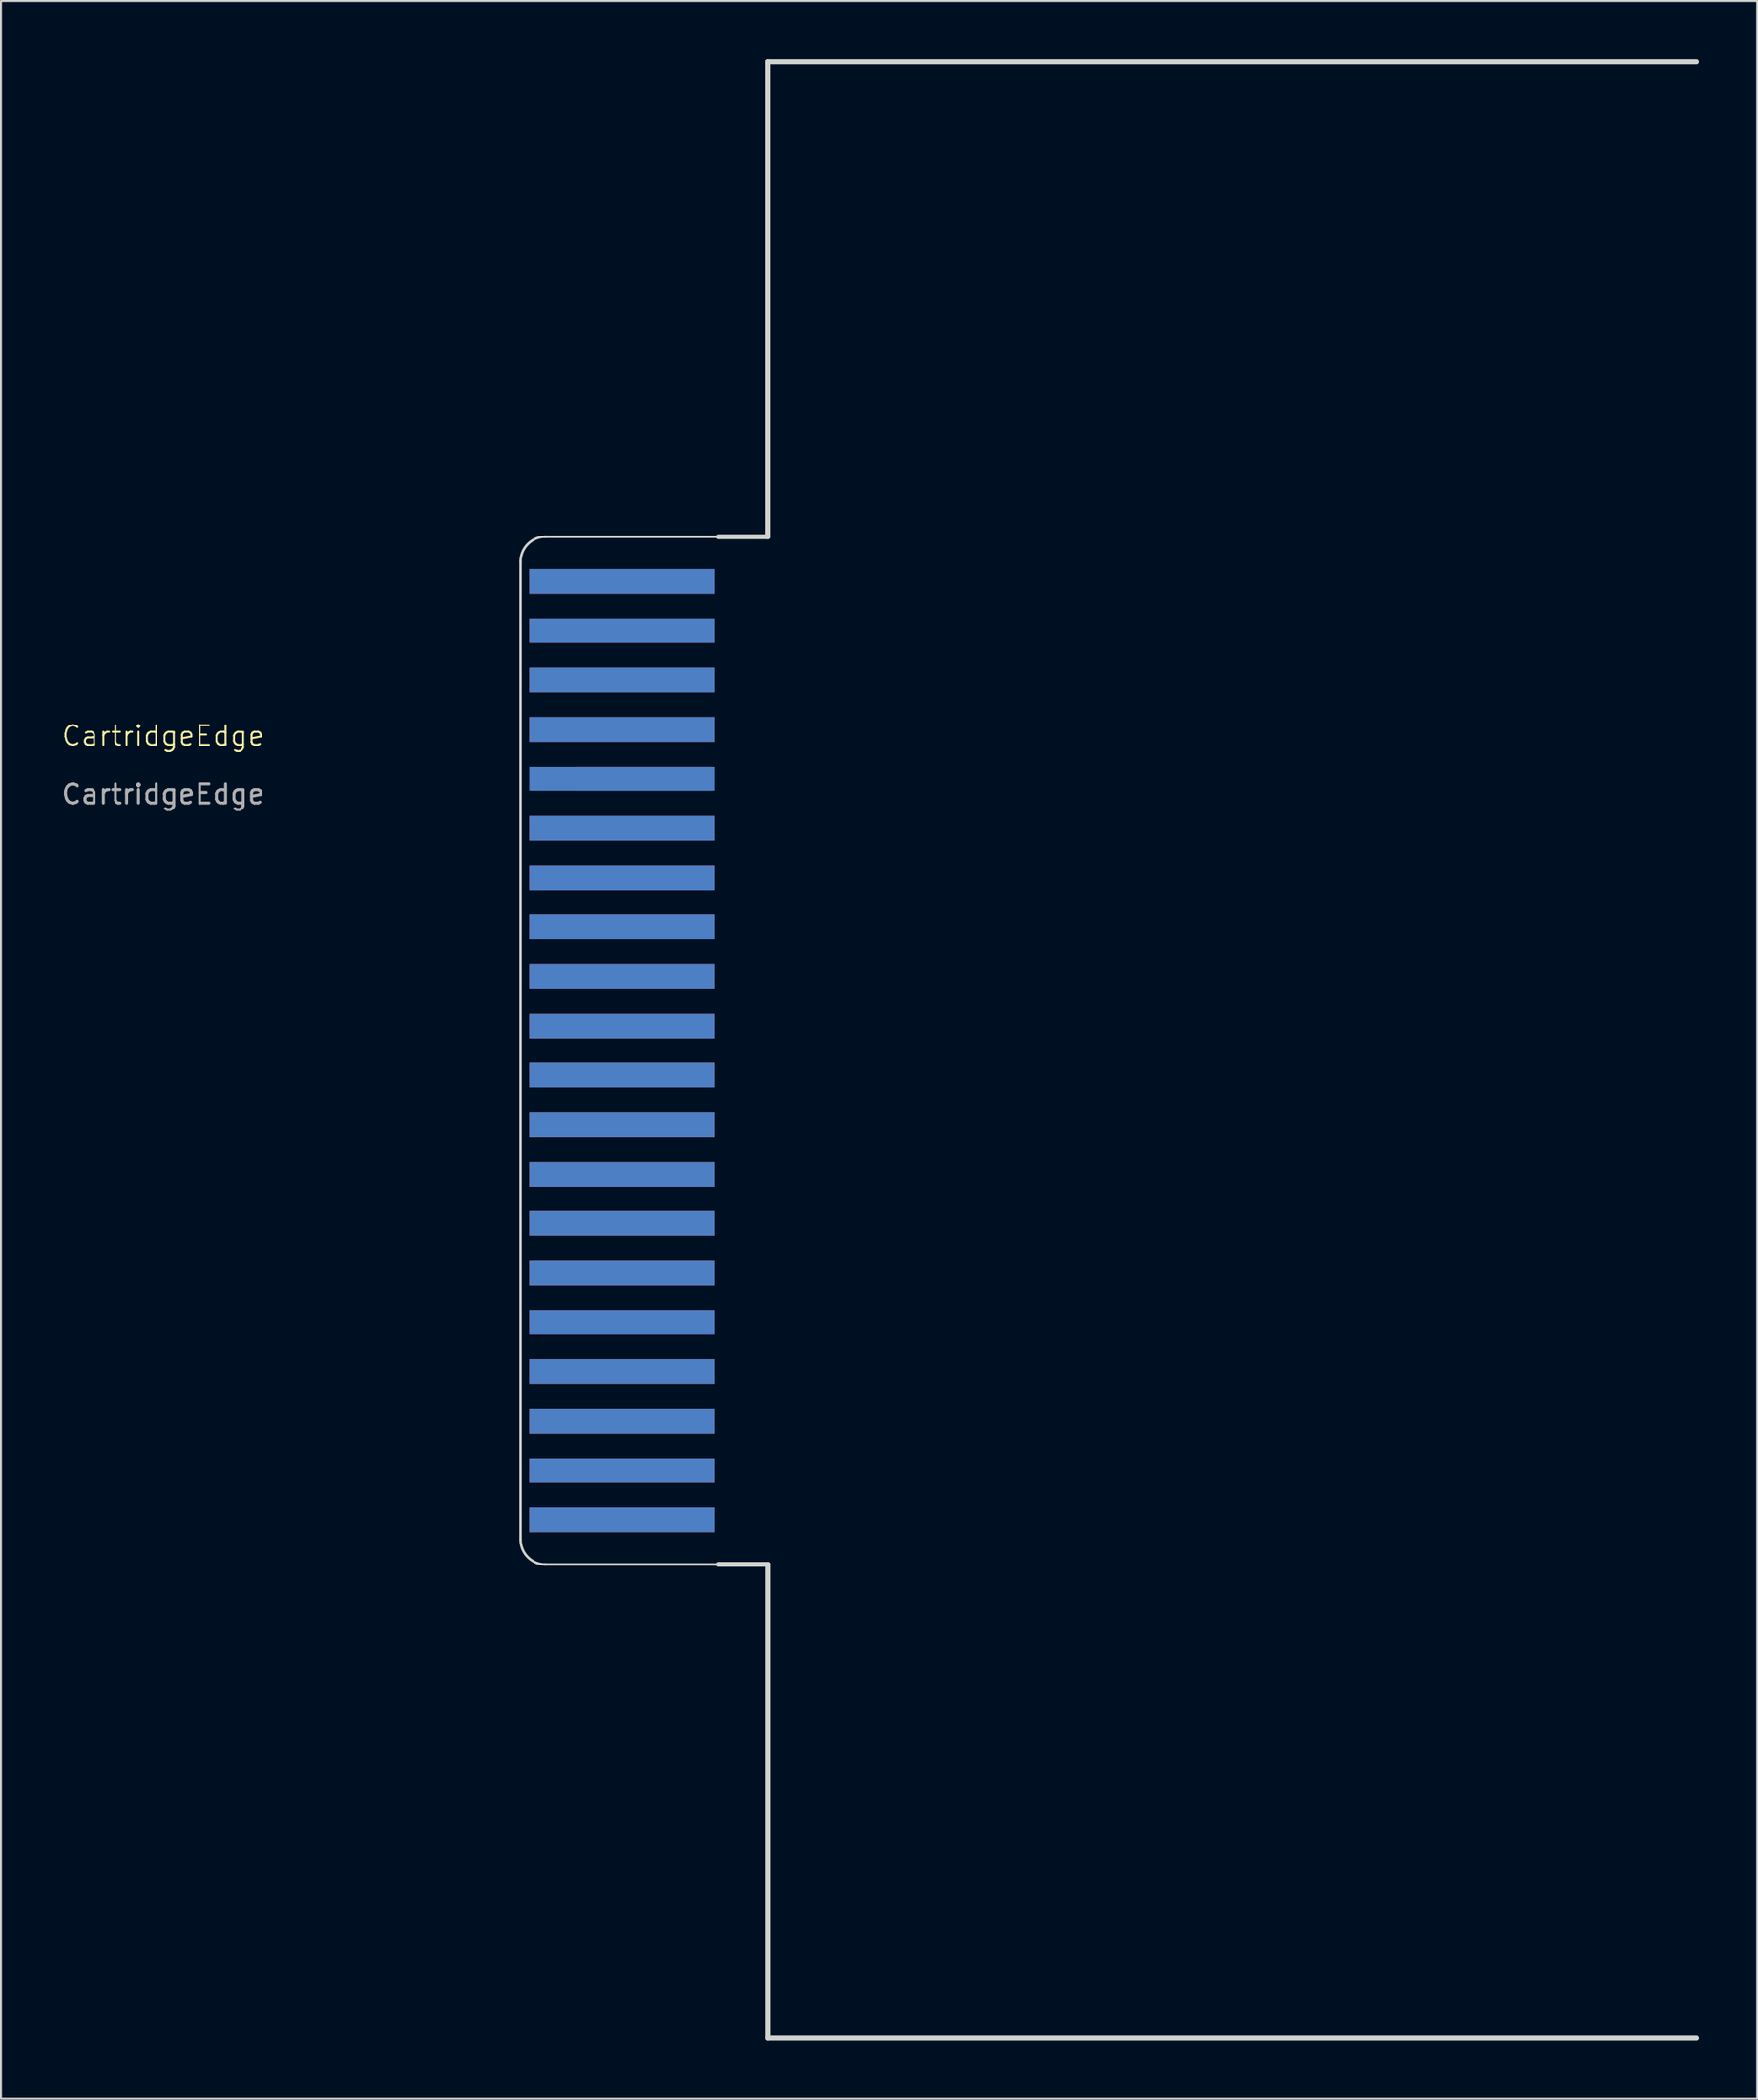
<source format=kicad_pcb>
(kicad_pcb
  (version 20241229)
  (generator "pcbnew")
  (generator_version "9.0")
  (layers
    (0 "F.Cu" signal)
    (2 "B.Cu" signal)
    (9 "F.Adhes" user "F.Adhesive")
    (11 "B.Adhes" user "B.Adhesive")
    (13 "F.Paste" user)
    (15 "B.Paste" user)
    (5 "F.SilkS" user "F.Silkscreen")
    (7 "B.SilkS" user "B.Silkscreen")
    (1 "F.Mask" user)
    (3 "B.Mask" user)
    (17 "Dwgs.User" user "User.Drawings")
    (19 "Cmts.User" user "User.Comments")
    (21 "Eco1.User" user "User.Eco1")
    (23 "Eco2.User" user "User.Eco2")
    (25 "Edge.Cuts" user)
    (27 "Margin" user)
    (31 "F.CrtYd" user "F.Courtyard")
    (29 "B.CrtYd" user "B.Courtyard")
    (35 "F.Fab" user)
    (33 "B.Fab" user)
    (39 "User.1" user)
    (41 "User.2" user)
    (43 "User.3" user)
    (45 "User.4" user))
  (footprint "CartridgeEdge"
    (layer "F.Cu")
    (at 23.729 24.292)
    (property "Reference" "CartridgeEdge" (at -18.39 10.487 0) (unlocked yes) (layer "F.SilkS") (effects (font (size 1 1) (thickness 0.1))))
    (attr through_hole)
    (fp_line (start 0 1.524) (end 0 51.816) (stroke (width 0.127) (type solid)) (layer "Edge.Cuts"))
    (fp_line (start 1.27 53.086) (end 10.16 53.086) (stroke (width 0.127) (type solid)) (layer "Edge.Cuts"))
    (fp_line (start 10.16 0.254) (end 1.27 0.254) (stroke (width 0.127) (type solid)) (layer "Edge.Cuts"))
    (fp_line (start 10.16 0.254) (end 12.728 0.254) (stroke (width 0.254) (type default)) (layer "Edge.Cuts"))
    (fp_line (start 10.16 53.086) (end 12.732 53.086) (stroke (width 0.254) (type default)) (layer "Edge.Cuts"))
    (fp_line (start 12.728 -24.165) (end 12.728 0.254) (stroke (width 0.254) (type solid)) (layer "Edge.Cuts"))
    (fp_line (start 12.732 53.086) (end 12.732 77.435) (stroke (width 0.254) (type solid)) (layer "Edge.Cuts"))
    (fp_line (start 12.732 77.435) (end 60.475 77.435) (stroke (width 0.254) (type solid)) (layer "Edge.Cuts"))
    (fp_line (start 60.475 -24.165) (end 12.728 -24.165) (stroke (width 0.254) (type solid)) (layer "Edge.Cuts"))
    (fp_arc (start 0 1.524) (mid 0.371974 0.625974) (end 1.27 0.254) (stroke (width 0.127) (type solid)) (layer "Edge.Cuts"))
    (fp_arc (start 1.27 53.086) (mid 0.371974 52.714026) (end 0 51.816) (stroke (width 0.127) (type solid)) (layer "Edge.Cuts"))
    (fp_text user "${REFERENCE}" (at -18.39 13.487 0) (unlocked yes) (layer "F.Fab") (effects (font (size 1 1) (thickness 0.15))))
    (pad "1" smd rect (at 5.207 2.54 270) (size 1.27 9.525) (layers "F.Cu" "F.Mask"))
    (pad "2" smd rect (at 5.207 2.54 270) (size 1.27 9.525) (layers "B.Cu" "B.Mask"))
    (pad "3" smd rect (at 5.207 5.08 270) (size 1.27 9.525) (layers "F.Cu" "F.Mask"))
    (pad "4" smd rect (at 5.207 5.08 270) (size 1.27 9.525) (layers "B.Cu" "B.Mask"))
    (pad "5" smd rect (at 5.207 7.62 270) (size 1.27 9.525) (layers "F.Cu" "F.Mask"))
    (pad "6" smd rect (at 5.207 7.62 270) (size 1.27 9.525) (layers "B.Cu" "B.Mask"))
    (pad "7" smd rect (at 5.207 10.16 270) (size 1.27 9.525) (layers "F.Cu" "F.Mask"))
    (pad "8" smd rect (at 5.207 10.16 270) (size 1.27 9.525) (layers "B.Cu" "B.Mask"))
    (pad "9" smd rect (at 6.35 12.7 270) (size 1.27 6.985) (layers "F.Cu" "F.Mask"))
    (pad "10" smd rect (at 5.207 12.7 270) (size 1.27 9.525) (layers "B.Cu" "B.Mask"))
    (pad "11" smd rect (at 5.207 15.24 270) (size 1.27 9.525) (layers "F.Cu" "F.Mask"))
    (pad "12" smd rect (at 5.207 15.24 270) (size 1.27 9.525) (layers "B.Cu" "B.Mask"))
    (pad "13" smd rect (at 5.207 17.78 270) (size 1.27 9.525) (layers "F.Cu" "F.Mask"))
    (pad "14" smd rect (at 5.207 17.78 270) (size 1.27 9.525) (layers "B.Cu" "B.Mask"))
    (pad "15" smd rect (at 5.207 20.32 270) (size 1.27 9.525) (layers "F.Cu" "F.Mask"))
    (pad "16" smd rect (at 5.207 20.32 270) (size 1.27 9.525) (layers "B.Cu" "B.Mask"))
    (pad "17" smd rect (at 5.207 22.86 270) (size 1.27 9.525) (layers "F.Cu" "F.Mask"))
    (pad "18" smd rect (at 5.207 22.86 270) (size 1.27 9.525) (layers "B.Cu" "B.Mask"))
    (pad "19" smd rect (at 5.207 25.4 270) (size 1.27 9.525) (layers "F.Cu" "F.Mask"))
    (pad "20" smd rect (at 5.207 25.4 270) (size 1.27 9.525) (layers "B.Cu" "B.Mask"))
    (pad "21" smd rect (at 5.207 27.94 270) (size 1.27 9.525) (layers "F.Cu" "F.Mask"))
    (pad "22" smd rect (at 5.207 27.94 270) (size 1.27 9.525) (layers "B.Cu" "B.Mask"))
    (pad "23" smd rect (at 5.207 30.48 270) (size 1.27 9.525) (layers "F.Cu" "F.Mask"))
    (pad "24" smd rect (at 5.207 30.48 270) (size 1.27 9.525) (layers "B.Cu" "B.Mask"))
    (pad "25" smd rect (at 5.207 33.02 270) (size 1.27 9.525) (layers "F.Cu" "F.Mask"))
    (pad "26" smd rect (at 5.207 33.02 270) (size 1.27 9.525) (layers "B.Cu" "B.Mask"))
    (pad "27" smd rect (at 5.207 35.56 270) (size 1.27 9.525) (layers "F.Cu" "F.Mask"))
    (pad "28" smd rect (at 5.207 35.56 270) (size 1.27 9.525) (layers "B.Cu" "B.Mask"))
    (pad "29" smd rect (at 5.207 38.1 270) (size 1.27 9.525) (layers "F.Cu" "F.Mask"))
    (pad "30" smd rect (at 5.207 38.1 270) (size 1.27 9.525) (layers "B.Cu" "B.Mask"))
    (pad "31" smd rect (at 5.207 40.64 270) (size 1.27 9.525) (layers "F.Cu" "F.Mask"))
    (pad "32" smd rect (at 5.207 40.64 270) (size 1.27 9.525) (layers "B.Cu" "B.Mask"))
    (pad "33" smd rect (at 5.207 43.18 270) (size 1.27 9.525) (layers "F.Cu" "F.Mask"))
    (pad "34" smd rect (at 5.207 43.18 270) (size 1.27 9.525) (layers "B.Cu" "B.Mask"))
    (pad "35" smd rect (at 5.207 45.72 270) (size 1.27 9.525) (layers "F.Cu" "F.Mask"))
    (pad "36" smd rect (at 5.207 45.72 270) (size 1.27 9.525) (layers "B.Cu" "B.Mask"))
    (pad "37" smd rect (at 5.207 48.26 270) (size 1.27 9.525) (layers "F.Cu" "F.Mask"))
    (pad "38" smd rect (at 5.207 48.26 270) (size 1.27 9.525) (layers "B.Cu" "B.Mask"))
    (pad "39" smd rect (at 5.207 50.8 270) (size 1.27 9.525) (layers "F.Cu" "F.Mask"))
    (pad "40" smd rect (at 5.207 50.8 270) (size 1.27 9.525) (layers "B.Cu" "B.Mask"))
    (zone (net_name "") (layer "F.Cu") (hatch edge 0.5) (connect_pads) (min_thickness 0.25) (filled_areas_thickness no) (keepout (tracks not_allowed) (vias not_allowed) (pads not_allowed) (copperpour not_allowed) (footprints allowed)) (placement (enabled no)) (fill) (polygon (pts (xy 23.729 24.292) (xy 23.729 26.197) (xy 33.889 26.197) (xy 33.889 24.292))))
    (zone (net_name "") (layer "F.Cu") (hatch edge 0.5) (connect_pads) (min_thickness 0.25) (filled_areas_thickness no) (keepout (tracks not_allowed) (vias not_allowed) (pads not_allowed) (copperpour not_allowed) (footprints allowed)) (placement (enabled no)) (fill) (polygon (pts (xy 23.729 27.467) (xy 23.729 28.737) (xy 33.889 28.737) (xy 33.889 27.467))))
    (zone (net_name "") (layer "F.Cu") (hatch edge 0.5) (connect_pads) (min_thickness 0.25) (filled_areas_thickness no) (keepout (tracks not_allowed) (vias not_allowed) (pads not_allowed) (copperpour not_allowed) (footprints allowed)) (placement (enabled no)) (fill) (polygon (pts (xy 23.729 30.007) (xy 23.729 31.277) (xy 33.889 31.277) (xy 33.889 30.007))))
    (zone (net_name "") (layer "F.Cu") (hatch edge 0.5) (connect_pads) (min_thickness 0.25) (filled_areas_thickness no) (keepout (tracks not_allowed) (vias not_allowed) (pads not_allowed) (copperpour not_allowed) (footprints allowed)) (placement (enabled no)) (fill) (polygon (pts (xy 23.729 32.547) (xy 23.729 33.817) (xy 33.889 33.817) (xy 33.889 32.547))))
    (zone (net_name "") (layer "F.Cu") (hatch edge 0.5) (connect_pads) (min_thickness 0.25) (filled_areas_thickness no) (keepout (tracks not_allowed) (vias not_allowed) (pads not_allowed) (copperpour not_allowed) (footprints allowed)) (placement (enabled no)) (fill) (polygon (pts (xy 23.729 35.087) (xy 23.729 36.357) (xy 33.889 36.357) (xy 33.889 35.087))))
    (zone (net_name "") (layer "F.Cu") (hatch edge 0.5) (connect_pads) (min_thickness 0.25) (filled_areas_thickness no) (keepout (tracks not_allowed) (vias not_allowed) (pads not_allowed) (copperpour not_allowed) (footprints allowed)) (placement (enabled no)) (fill) (polygon (pts (xy 23.729 37.627) (xy 23.729 38.897) (xy 33.889 38.897) (xy 33.889 37.627))))
    (zone (net_name "") (layer "F.Cu") (hatch edge 0.5) (connect_pads) (min_thickness 0.25) (filled_areas_thickness no) (keepout (tracks not_allowed) (vias not_allowed) (pads not_allowed) (copperpour not_allowed) (footprints allowed)) (placement (enabled no)) (fill) (polygon (pts (xy 23.729 40.167) (xy 23.729 41.437) (xy 33.889 41.437) (xy 33.889 40.167))))
    (zone (net_name "") (layer "F.Cu") (hatch edge 0.5) (connect_pads) (min_thickness 0.25) (filled_areas_thickness no) (keepout (tracks not_allowed) (vias not_allowed) (pads not_allowed) (copperpour not_allowed) (footprints allowed)) (placement (enabled no)) (fill) (polygon (pts (xy 23.729 42.707) (xy 23.729 43.977) (xy 33.889 43.977) (xy 33.889 42.707))))
    (zone (net_name "") (layer "F.Cu") (hatch edge 0.5) (connect_pads) (min_thickness 0.25) (filled_areas_thickness no) (keepout (tracks not_allowed) (vias not_allowed) (pads not_allowed) (copperpour not_allowed) (footprints allowed)) (placement (enabled no)) (fill) (polygon (pts (xy 23.729 45.247) (xy 23.729 46.517) (xy 33.889 46.517) (xy 33.889 45.247))))
    (zone (net_name "") (layer "F.Cu") (hatch edge 0.5) (connect_pads) (min_thickness 0.25) (filled_areas_thickness no) (keepout (tracks not_allowed) (vias not_allowed) (pads not_allowed) (copperpour not_allowed) (footprints allowed)) (placement (enabled no)) (fill) (polygon (pts (xy 23.729 47.787) (xy 23.729 49.057) (xy 33.889 49.057) (xy 33.889 47.787))))
    (zone (net_name "") (layer "F.Cu") (hatch edge 0.5) (connect_pads) (min_thickness 0.25) (filled_areas_thickness no) (keepout (tracks not_allowed) (vias not_allowed) (pads not_allowed) (copperpour not_allowed) (footprints allowed)) (placement (enabled no)) (fill) (polygon (pts (xy 23.729 50.327) (xy 23.729 51.597) (xy 33.889 51.597) (xy 33.889 50.327))))
    (zone (net_name "") (layer "F.Cu") (hatch edge 0.5) (connect_pads) (min_thickness 0.25) (filled_areas_thickness no) (keepout (tracks not_allowed) (vias not_allowed) (pads not_allowed) (copperpour not_allowed) (footprints allowed)) (placement (enabled no)) (fill) (polygon (pts (xy 23.729 52.867) (xy 23.729 54.137) (xy 33.889 54.137) (xy 33.889 52.867))))
    (zone (net_name "") (layer "F.Cu") (hatch edge 0.5) (connect_pads) (min_thickness 0.25) (filled_areas_thickness no) (keepout (tracks not_allowed) (vias not_allowed) (pads not_allowed) (copperpour not_allowed) (footprints allowed)) (placement (enabled no)) (fill) (polygon (pts (xy 23.729 55.407) (xy 23.729 56.677) (xy 33.889 56.677) (xy 33.889 55.407))))
    (zone (net_name "") (layer "F.Cu") (hatch edge 0.5) (connect_pads) (min_thickness 0.25) (filled_areas_thickness no) (keepout (tracks not_allowed) (vias not_allowed) (pads not_allowed) (copperpour not_allowed) (footprints allowed)) (placement (enabled no)) (fill) (polygon (pts (xy 23.729 57.947) (xy 23.729 59.217) (xy 33.889 59.217) (xy 33.889 57.947))))
    (zone (net_name "") (layer "F.Cu") (hatch edge 0.5) (connect_pads) (min_thickness 0.25) (filled_areas_thickness no) (keepout (tracks not_allowed) (vias not_allowed) (pads not_allowed) (copperpour not_allowed) (footprints allowed)) (placement (enabled no)) (fill) (polygon (pts (xy 23.729 60.487) (xy 23.729 61.757) (xy 33.889 61.757) (xy 33.889 60.487))))
    (zone (net_name "") (layer "F.Cu") (hatch edge 0.5) (connect_pads) (min_thickness 0.25) (filled_areas_thickness no) (keepout (tracks not_allowed) (vias not_allowed) (pads not_allowed) (copperpour not_allowed) (footprints allowed)) (placement (enabled no)) (fill) (polygon (pts (xy 23.729 63.027) (xy 23.729 64.297) (xy 33.889 64.297) (xy 33.889 63.027))))
    (zone (net_name "") (layer "F.Cu") (hatch edge 0.5) (connect_pads) (min_thickness 0.25) (filled_areas_thickness no) (keepout (tracks not_allowed) (vias not_allowed) (pads not_allowed) (copperpour not_allowed) (footprints allowed)) (placement (enabled no)) (fill) (polygon (pts (xy 23.729 65.567) (xy 23.729 66.837) (xy 33.889 66.837) (xy 33.889 65.567))))
    (zone (net_name "") (layer "F.Cu") (hatch edge 0.5) (connect_pads) (min_thickness 0.25) (filled_areas_thickness no) (keepout (tracks not_allowed) (vias not_allowed) (pads not_allowed) (copperpour not_allowed) (footprints allowed)) (placement (enabled no)) (fill) (polygon (pts (xy 23.729 68.107) (xy 23.729 69.377) (xy 33.889 69.377) (xy 33.889 68.107))))
    (zone (net_name "") (layer "F.Cu") (hatch edge 0.5) (connect_pads) (min_thickness 0.25) (filled_areas_thickness no) (keepout (tracks not_allowed) (vias not_allowed) (pads not_allowed) (copperpour not_allowed) (footprints allowed)) (placement (enabled no)) (fill) (polygon (pts (xy 23.729 70.647) (xy 23.729 71.917) (xy 33.889 71.917) (xy 33.889 70.647))))
    (zone (net_name "") (layer "F.Cu") (hatch edge 0.5) (connect_pads) (min_thickness 0.25) (filled_areas_thickness no) (keepout (tracks not_allowed) (vias not_allowed) (pads not_allowed) (copperpour not_allowed) (footprints allowed)) (placement (enabled no)) (fill) (polygon (pts (xy 23.729 73.187) (xy 23.729 74.457) (xy 33.889 74.457) (xy 33.889 73.187))))
    (zone (net_name "") (layer "F.Cu") (hatch edge 0.5) (connect_pads) (min_thickness 0.25) (filled_areas_thickness no) (keepout (tracks not_allowed) (vias not_allowed) (pads not_allowed) (copperpour not_allowed) (footprints allowed)) (placement (enabled no)) (fill) (polygon (pts (xy 23.729 75.727) (xy 23.729 77.632) (xy 33.889 77.632) (xy 33.889 75.727))))
    (zone (net_name "") (layer "B.Cu") (hatch edge 0.5) (connect_pads) (min_thickness 0.25) (filled_areas_thickness no) (keepout (tracks not_allowed) (vias not_allowed) (pads not_allowed) (copperpour not_allowed) (footprints allowed)) (placement (enabled no)) (fill) (polygon (pts (xy 23.729 24.292) (xy 23.729 26.197) (xy 33.889 26.197) (xy 33.889 24.292))))
    (zone (net_name "") (layer "B.Cu") (hatch edge 0.5) (connect_pads) (min_thickness 0.25) (filled_areas_thickness no) (keepout (tracks not_allowed) (vias not_allowed) (pads not_allowed) (copperpour not_allowed) (footprints allowed)) (placement (enabled no)) (fill) (polygon (pts (xy 23.729 27.467) (xy 23.729 28.737) (xy 33.889 28.737) (xy 33.889 27.467))))
    (zone (net_name "") (layer "B.Cu") (hatch edge 0.5) (connect_pads) (min_thickness 0.25) (filled_areas_thickness no) (keepout (tracks not_allowed) (vias not_allowed) (pads not_allowed) (copperpour not_allowed) (footprints allowed)) (placement (enabled no)) (fill) (polygon (pts (xy 23.729 30.007) (xy 23.729 31.277) (xy 33.889 31.277) (xy 33.889 30.007))))
    (zone (net_name "") (layer "B.Cu") (hatch edge 0.5) (connect_pads) (min_thickness 0.25) (filled_areas_thickness no) (keepout (tracks not_allowed) (vias not_allowed) (pads not_allowed) (copperpour not_allowed) (footprints allowed)) (placement (enabled no)) (fill) (polygon (pts (xy 23.729 32.547) (xy 23.729 33.817) (xy 33.889 33.817) (xy 33.889 32.547))))
    (zone (net_name "") (layer "B.Cu") (hatch edge 0.5) (connect_pads) (min_thickness 0.25) (filled_areas_thickness no) (keepout (tracks not_allowed) (vias not_allowed) (pads not_allowed) (copperpour not_allowed) (footprints allowed)) (placement (enabled no)) (fill) (polygon (pts (xy 23.729 35.087) (xy 23.729 36.357) (xy 33.889 36.357) (xy 33.889 35.087))))
    (zone (net_name "") (layer "B.Cu") (hatch edge 0.5) (connect_pads) (min_thickness 0.25) (filled_areas_thickness no) (keepout (tracks not_allowed) (vias not_allowed) (pads not_allowed) (copperpour not_allowed) (footprints allowed)) (placement (enabled no)) (fill) (polygon (pts (xy 23.729 37.627) (xy 23.729 38.897) (xy 33.889 38.897) (xy 33.889 37.627))))
    (zone (net_name "") (layer "B.Cu") (hatch edge 0.5) (connect_pads) (min_thickness 0.25) (filled_areas_thickness no) (keepout (tracks not_allowed) (vias not_allowed) (pads not_allowed) (copperpour not_allowed) (footprints allowed)) (placement (enabled no)) (fill) (polygon (pts (xy 23.729 40.167) (xy 23.729 41.437) (xy 33.889 41.437) (xy 33.889 40.167))))
    (zone (net_name "") (layer "B.Cu") (hatch edge 0.5) (connect_pads) (min_thickness 0.25) (filled_areas_thickness no) (keepout (tracks not_allowed) (vias not_allowed) (pads not_allowed) (copperpour not_allowed) (footprints allowed)) (placement (enabled no)) (fill) (polygon (pts (xy 23.729 42.707) (xy 23.729 43.977) (xy 33.889 43.977) (xy 33.889 42.707))))
    (zone (net_name "") (layer "B.Cu") (hatch edge 0.5) (connect_pads) (min_thickness 0.25) (filled_areas_thickness no) (keepout (tracks not_allowed) (vias not_allowed) (pads not_allowed) (copperpour not_allowed) (footprints allowed)) (placement (enabled no)) (fill) (polygon (pts (xy 23.729 45.247) (xy 23.729 46.517) (xy 33.889 46.517) (xy 33.889 45.247))))
    (zone (net_name "") (layer "B.Cu") (hatch edge 0.5) (connect_pads) (min_thickness 0.25) (filled_areas_thickness no) (keepout (tracks not_allowed) (vias not_allowed) (pads not_allowed) (copperpour not_allowed) (footprints allowed)) (placement (enabled no)) (fill) (polygon (pts (xy 23.729 47.787) (xy 23.729 49.057) (xy 33.889 49.057) (xy 33.889 47.787))))
    (zone (net_name "") (layer "B.Cu") (hatch edge 0.5) (connect_pads) (min_thickness 0.25) (filled_areas_thickness no) (keepout (tracks not_allowed) (vias not_allowed) (pads not_allowed) (copperpour not_allowed) (footprints allowed)) (placement (enabled no)) (fill) (polygon (pts (xy 23.729 50.327) (xy 23.729 51.597) (xy 33.889 51.597) (xy 33.889 50.327))))
    (zone (net_name "") (layer "B.Cu") (hatch edge 0.5) (connect_pads) (min_thickness 0.25) (filled_areas_thickness no) (keepout (tracks not_allowed) (vias not_allowed) (pads not_allowed) (copperpour not_allowed) (footprints allowed)) (placement (enabled no)) (fill) (polygon (pts (xy 23.729 52.867) (xy 23.729 54.137) (xy 33.889 54.137) (xy 33.889 52.867))))
    (zone (net_name "") (layer "B.Cu") (hatch edge 0.5) (connect_pads) (min_thickness 0.25) (filled_areas_thickness no) (keepout (tracks not_allowed) (vias not_allowed) (pads not_allowed) (copperpour not_allowed) (footprints allowed)) (placement (enabled no)) (fill) (polygon (pts (xy 23.729 55.407) (xy 23.729 56.677) (xy 33.889 56.677) (xy 33.889 55.407))))
    (zone (net_name "") (layer "B.Cu") (hatch edge 0.5) (connect_pads) (min_thickness 0.25) (filled_areas_thickness no) (keepout (tracks not_allowed) (vias not_allowed) (pads not_allowed) (copperpour not_allowed) (footprints allowed)) (placement (enabled no)) (fill) (polygon (pts (xy 23.729 57.947) (xy 23.729 59.217) (xy 33.889 59.217) (xy 33.889 57.947))))
    (zone (net_name "") (layer "B.Cu") (hatch edge 0.5) (connect_pads) (min_thickness 0.25) (filled_areas_thickness no) (keepout (tracks not_allowed) (vias not_allowed) (pads not_allowed) (copperpour not_allowed) (footprints allowed)) (placement (enabled no)) (fill) (polygon (pts (xy 23.729 60.487) (xy 23.729 61.757) (xy 33.889 61.757) (xy 33.889 60.487))))
    (zone (net_name "") (layer "B.Cu") (hatch edge 0.5) (connect_pads) (min_thickness 0.25) (filled_areas_thickness no) (keepout (tracks not_allowed) (vias not_allowed) (pads not_allowed) (copperpour not_allowed) (footprints allowed)) (placement (enabled no)) (fill) (polygon (pts (xy 23.729 63.027) (xy 23.729 64.297) (xy 33.889 64.297) (xy 33.889 63.027))))
    (zone (net_name "") (layer "B.Cu") (hatch edge 0.5) (connect_pads) (min_thickness 0.25) (filled_areas_thickness no) (keepout (tracks not_allowed) (vias not_allowed) (pads not_allowed) (copperpour not_allowed) (footprints allowed)) (placement (enabled no)) (fill) (polygon (pts (xy 23.729 65.567) (xy 23.729 66.837) (xy 33.889 66.837) (xy 33.889 65.567))))
    (zone (net_name "") (layer "B.Cu") (hatch edge 0.5) (connect_pads) (min_thickness 0.25) (filled_areas_thickness no) (keepout (tracks not_allowed) (vias not_allowed) (pads not_allowed) (copperpour not_allowed) (footprints allowed)) (placement (enabled no)) (fill) (polygon (pts (xy 23.729 68.107) (xy 23.729 69.377) (xy 33.889 69.377) (xy 33.889 68.107))))
    (zone (net_name "") (layer "B.Cu") (hatch edge 0.5) (connect_pads) (min_thickness 0.25) (filled_areas_thickness no) (keepout (tracks not_allowed) (vias not_allowed) (pads not_allowed) (copperpour not_allowed) (footprints allowed)) (placement (enabled no)) (fill) (polygon (pts (xy 23.729 70.647) (xy 23.729 71.917) (xy 33.889 71.917) (xy 33.889 70.647))))
    (zone (net_name "") (layer "B.Cu") (hatch edge 0.5) (connect_pads) (min_thickness 0.25) (filled_areas_thickness no) (keepout (tracks not_allowed) (vias not_allowed) (pads not_allowed) (copperpour not_allowed) (footprints allowed)) (placement (enabled no)) (fill) (polygon (pts (xy 23.729 73.187) (xy 23.729 74.457) (xy 33.889 74.457) (xy 33.889 73.187))))
    (zone (net_name "") (layer "B.Cu") (hatch edge 0.5) (connect_pads) (min_thickness 0.25) (filled_areas_thickness no) (keepout (tracks not_allowed) (vias not_allowed) (pads not_allowed) (copperpour not_allowed) (footprints allowed)) (placement (enabled no)) (fill) (polygon (pts (xy 23.729 75.727) (xy 23.729 77.632) (xy 33.889 77.632) (xy 33.889 75.727)))))
  (gr_rect
    (start -3 -3)
    (end 87.331 104.854)
    (stroke (width 0.1) (type default))
    (fill no)
    (layer "Edge.Cuts")))
</source>
